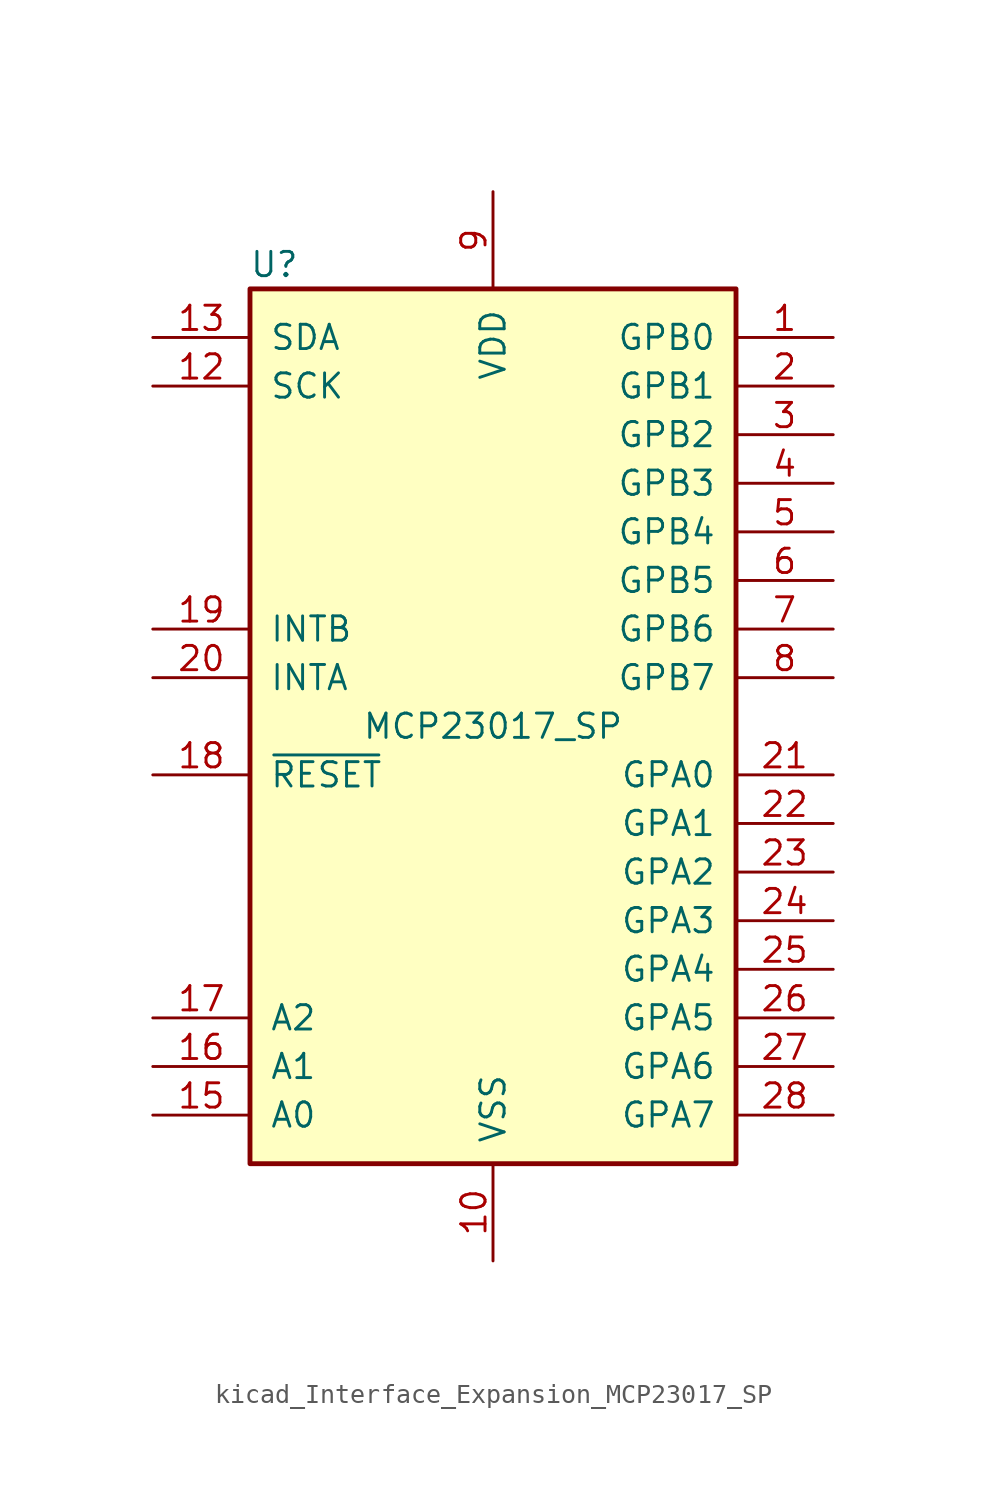
<source format=kicad_sym>
(kicad_symbol_lib
  (version 20220914)
  (generator kicad_symbol_editor)
  (symbol "kicad_Interface_Expansion_MCP23017_SP"
    (pin_names
      (offset 1.016))
    (property "Reference" "U"
      (at -11.43 24.13 0)
      (effects (font (size 1.27 1.27))))
    (property "Value" "MCP23017_SP"
      (at 0 0 0)
      (effects (font (size 1.27 1.27))))
    (symbol "kicad_Interface_Expansion_MCP23017_SP_0_1"
      (rectangle (start -12.7 22.86) (end 12.7 -22.86) (stroke (width 0.254) (type default)) (fill (type background))))
    (symbol "kicad_Interface_Expansion_MCP23017_SP_1_1"
      (pin bidirectional line (at 17.78 20.32 180) (length 5.08) (name "GPB0" (effects (font (size 1.27 1.27)))) (number "1" (effects (font (size 1.27 1.27)))))
      (pin power_in line (at 0 -27.94 90) (length 5.08) (name "VSS" (effects (font (size 1.27 1.27)))) (number "10" (effects (font (size 1.27 1.27)))))
      (pin no_connect line (at -12.7 15.24 0) (length 5.08) hide (name "NC" (effects (font (size 1.27 1.27)))) (number "11" (effects (font (size 1.27 1.27)))))
      (pin input line (at -17.78 17.78 0) (length 5.08) (name "SCK" (effects (font (size 1.27 1.27)))) (number "12" (effects (font (size 1.27 1.27)))))
      (pin bidirectional line (at -17.78 20.32 0) (length 5.08) (name "SDA" (effects (font (size 1.27 1.27)))) (number "13" (effects (font (size 1.27 1.27)))))
      (pin no_connect line (at -12.7 12.7 0) (length 5.08) hide (name "NC" (effects (font (size 1.27 1.27)))) (number "14" (effects (font (size 1.27 1.27)))))
      (pin input line (at -17.78 -20.32 0) (length 5.08) (name "A0" (effects (font (size 1.27 1.27)))) (number "15" (effects (font (size 1.27 1.27)))))
      (pin input line (at -17.78 -17.78 0) (length 5.08) (name "A1" (effects (font (size 1.27 1.27)))) (number "16" (effects (font (size 1.27 1.27)))))
      (pin input line (at -17.78 -15.24 0) (length 5.08) (name "A2" (effects (font (size 1.27 1.27)))) (number "17" (effects (font (size 1.27 1.27)))))
      (pin input line (at -17.78 -2.54 0) (length 5.08) (name "~{RESET}" (effects (font (size 1.27 1.27)))) (number "18" (effects (font (size 1.27 1.27)))))
      (pin tri_state line (at -17.78 5.08 0) (length 5.08) (name "INTB" (effects (font (size 1.27 1.27)))) (number "19" (effects (font (size 1.27 1.27)))))
      (pin bidirectional line (at 17.78 17.78 180) (length 5.08) (name "GPB1" (effects (font (size 1.27 1.27)))) (number "2" (effects (font (size 1.27 1.27)))))
      (pin tri_state line (at -17.78 2.54 0) (length 5.08) (name "INTA" (effects (font (size 1.27 1.27)))) (number "20" (effects (font (size 1.27 1.27)))))
      (pin bidirectional line (at 17.78 -2.54 180) (length 5.08) (name "GPA0" (effects (font (size 1.27 1.27)))) (number "21" (effects (font (size 1.27 1.27)))))
      (pin bidirectional line (at 17.78 -5.08 180) (length 5.08) (name "GPA1" (effects (font (size 1.27 1.27)))) (number "22" (effects (font (size 1.27 1.27)))))
      (pin bidirectional line (at 17.78 -7.62 180) (length 5.08) (name "GPA2" (effects (font (size 1.27 1.27)))) (number "23" (effects (font (size 1.27 1.27)))))
      (pin bidirectional line (at 17.78 -10.16 180) (length 5.08) (name "GPA3" (effects (font (size 1.27 1.27)))) (number "24" (effects (font (size 1.27 1.27)))))
      (pin bidirectional line (at 17.78 -12.7 180) (length 5.08) (name "GPA4" (effects (font (size 1.27 1.27)))) (number "25" (effects (font (size 1.27 1.27)))))
      (pin bidirectional line (at 17.78 -15.24 180) (length 5.08) (name "GPA5" (effects (font (size 1.27 1.27)))) (number "26" (effects (font (size 1.27 1.27)))))
      (pin bidirectional line (at 17.78 -17.78 180) (length 5.08) (name "GPA6" (effects (font (size 1.27 1.27)))) (number "27" (effects (font (size 1.27 1.27)))))
      (pin bidirectional line (at 17.78 -20.32 180) (length 5.08) (name "GPA7" (effects (font (size 1.27 1.27)))) (number "28" (effects (font (size 1.27 1.27)))))
      (pin bidirectional line (at 17.78 15.24 180) (length 5.08) (name "GPB2" (effects (font (size 1.27 1.27)))) (number "3" (effects (font (size 1.27 1.27)))))
      (pin bidirectional line (at 17.78 12.7 180) (length 5.08) (name "GPB3" (effects (font (size 1.27 1.27)))) (number "4" (effects (font (size 1.27 1.27)))))
      (pin bidirectional line (at 17.78 10.16 180) (length 5.08) (name "GPB4" (effects (font (size 1.27 1.27)))) (number "5" (effects (font (size 1.27 1.27)))))
      (pin bidirectional line (at 17.78 7.62 180) (length 5.08) (name "GPB5" (effects (font (size 1.27 1.27)))) (number "6" (effects (font (size 1.27 1.27)))))
      (pin bidirectional line (at 17.78 5.08 180) (length 5.08) (name "GPB6" (effects (font (size 1.27 1.27)))) (number "7" (effects (font (size 1.27 1.27)))))
      (pin bidirectional line (at 17.78 2.54 180) (length 5.08) (name "GPB7" (effects (font (size 1.27 1.27)))) (number "8" (effects (font (size 1.27 1.27)))))
      (pin power_in line (at 0 27.94 270) (length 5.08) (name "VDD" (effects (font (size 1.27 1.27)))) (number "9" (effects (font (size 1.27 1.27))))))))
</source>
